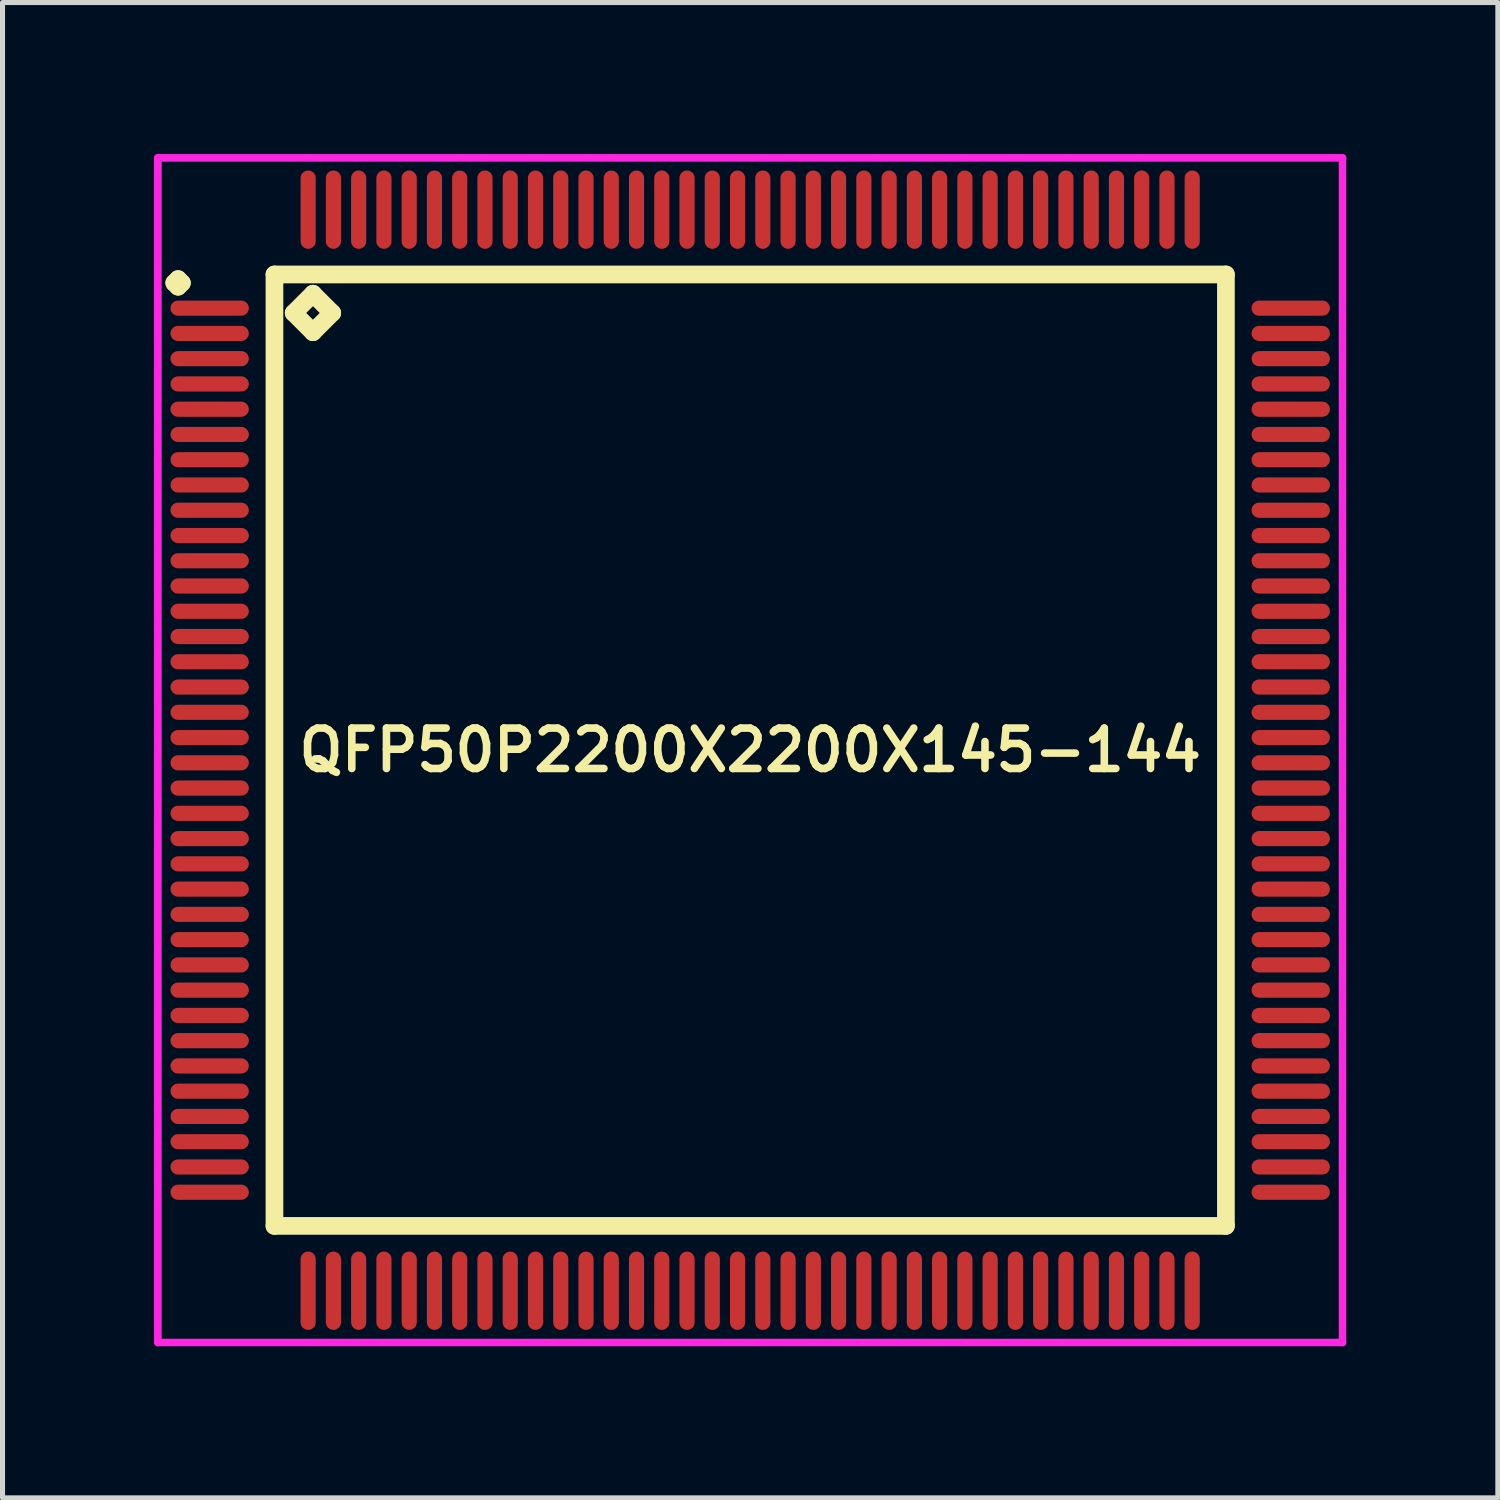
<source format=kicad_pcb>
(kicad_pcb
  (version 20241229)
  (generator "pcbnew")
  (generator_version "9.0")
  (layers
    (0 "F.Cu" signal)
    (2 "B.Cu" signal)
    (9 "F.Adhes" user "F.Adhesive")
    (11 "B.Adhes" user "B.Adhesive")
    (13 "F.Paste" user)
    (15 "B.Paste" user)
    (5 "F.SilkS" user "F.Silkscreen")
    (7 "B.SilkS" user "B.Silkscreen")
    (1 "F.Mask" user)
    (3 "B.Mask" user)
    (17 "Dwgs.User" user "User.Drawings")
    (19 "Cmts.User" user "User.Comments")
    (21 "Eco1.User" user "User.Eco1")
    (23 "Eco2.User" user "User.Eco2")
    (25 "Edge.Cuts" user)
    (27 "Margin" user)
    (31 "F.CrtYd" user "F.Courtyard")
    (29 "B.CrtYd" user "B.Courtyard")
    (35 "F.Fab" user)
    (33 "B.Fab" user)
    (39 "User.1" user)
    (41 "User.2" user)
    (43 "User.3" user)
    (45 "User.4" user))
  (footprint "QFP50P2200X2200X145-144"
    (layer "F.Cu")
    (at 11.8 11.8)
    (property "Reference" "QFP50P2200X2200X145-144" (at 0 0 0) (layer "F.SilkS") (effects (font (size 0.8 0.8) (thickness 0.15))))
    (attr smd)
    (fp_line (start -11.4 -9.25) (end -11.325 -9.325) (stroke (width 0.35) (type solid)) (layer "F.SilkS"))
    (fp_line (start -11.325 -9.325) (end -11.25 -9.25) (stroke (width 0.35) (type solid)) (layer "F.SilkS"))
    (fp_line (start -11.325 -9.175) (end -11.4 -9.25) (stroke (width 0.35) (type solid)) (layer "F.SilkS"))
    (fp_line (start -11.25 -9.25) (end -11.325 -9.175) (stroke (width 0.35) (type solid)) (layer "F.SilkS"))
    (fp_line (start -9.417 -9.417) (end -9.417 9.417) (stroke (width 0.35) (type solid)) (layer "F.SilkS"))
    (fp_line (start -9.417 9.417) (end 9.417 9.417) (stroke (width 0.35) (type solid)) (layer "F.SilkS"))
    (fp_line (start -9.036 -8.655) (end -8.655 -9.036) (stroke (width 0.35) (type solid)) (layer "F.SilkS"))
    (fp_line (start -8.655 -9.036) (end -8.274 -8.655) (stroke (width 0.35) (type solid)) (layer "F.SilkS"))
    (fp_line (start -8.655 -8.274) (end -9.036 -8.655) (stroke (width 0.35) (type solid)) (layer "F.SilkS"))
    (fp_line (start -8.274 -8.655) (end -8.655 -8.274) (stroke (width 0.35) (type solid)) (layer "F.SilkS"))
    (fp_line (start 9.417 -9.417) (end -9.417 -9.417) (stroke (width 0.35) (type solid)) (layer "F.SilkS"))
    (fp_line (start 9.417 9.417) (end 9.417 -9.417) (stroke (width 0.35) (type solid)) (layer "F.SilkS"))
    (fp_line (start -11.725 -11.725) (end 11.725 -11.725) (stroke (width 0.15) (type solid)) (layer "F.CrtYd"))
    (fp_line (start -11.725 11.725) (end -11.725 -11.725) (stroke (width 0.15) (type solid)) (layer "F.CrtYd"))
    (fp_line (start 11.725 -11.725) (end 11.725 11.725) (stroke (width 0.15) (type solid)) (layer "F.CrtYd"))
    (fp_line (start 11.725 11.725) (end -11.725 11.725) (stroke (width 0.15) (type solid)) (layer "F.CrtYd"))
    (pad "1" smd oval (at -10.7 -8.75) (size 1.55 0.3) (layers "F.Cu" "F.Mask" "F.Paste"))
    (pad "2" smd oval (at -10.7 -8.25) (size 1.55 0.3) (layers "F.Cu" "F.Mask" "F.Paste"))
    (pad "3" smd oval (at -10.7 -7.75) (size 1.55 0.3) (layers "F.Cu" "F.Mask" "F.Paste"))
    (pad "4" smd oval (at -10.7 -7.25) (size 1.55 0.3) (layers "F.Cu" "F.Mask" "F.Paste"))
    (pad "5" smd oval (at -10.7 -6.75) (size 1.55 0.3) (layers "F.Cu" "F.Mask" "F.Paste"))
    (pad "6" smd oval (at -10.7 -6.25) (size 1.55 0.3) (layers "F.Cu" "F.Mask" "F.Paste"))
    (pad "7" smd oval (at -10.7 -5.75) (size 1.55 0.3) (layers "F.Cu" "F.Mask" "F.Paste"))
    (pad "8" smd oval (at -10.7 -5.25) (size 1.55 0.3) (layers "F.Cu" "F.Mask" "F.Paste"))
    (pad "9" smd oval (at -10.7 -4.75) (size 1.55 0.3) (layers "F.Cu" "F.Mask" "F.Paste"))
    (pad "10" smd oval (at -10.7 -4.25) (size 1.55 0.3) (layers "F.Cu" "F.Mask" "F.Paste"))
    (pad "11" smd oval (at -10.7 -3.75) (size 1.55 0.3) (layers "F.Cu" "F.Mask" "F.Paste"))
    (pad "12" smd oval (at -10.7 -3.25) (size 1.55 0.3) (layers "F.Cu" "F.Mask" "F.Paste"))
    (pad "13" smd oval (at -10.7 -2.75) (size 1.55 0.3) (layers "F.Cu" "F.Mask" "F.Paste"))
    (pad "14" smd oval (at -10.7 -2.25) (size 1.55 0.3) (layers "F.Cu" "F.Mask" "F.Paste"))
    (pad "15" smd oval (at -10.7 -1.75) (size 1.55 0.3) (layers "F.Cu" "F.Mask" "F.Paste"))
    (pad "16" smd oval (at -10.7 -1.25) (size 1.55 0.3) (layers "F.Cu" "F.Mask" "F.Paste"))
    (pad "17" smd oval (at -10.7 -0.75) (size 1.55 0.3) (layers "F.Cu" "F.Mask" "F.Paste"))
    (pad "18" smd oval (at -10.7 -0.25) (size 1.55 0.3) (layers "F.Cu" "F.Mask" "F.Paste"))
    (pad "19" smd oval (at -10.7 0.25) (size 1.55 0.3) (layers "F.Cu" "F.Mask" "F.Paste"))
    (pad "20" smd oval (at -10.7 0.75) (size 1.55 0.3) (layers "F.Cu" "F.Mask" "F.Paste"))
    (pad "21" smd oval (at -10.7 1.25) (size 1.55 0.3) (layers "F.Cu" "F.Mask" "F.Paste"))
    (pad "22" smd oval (at -10.7 1.75) (size 1.55 0.3) (layers "F.Cu" "F.Mask" "F.Paste"))
    (pad "23" smd oval (at -10.7 2.25) (size 1.55 0.3) (layers "F.Cu" "F.Mask" "F.Paste"))
    (pad "24" smd oval (at -10.7 2.75) (size 1.55 0.3) (layers "F.Cu" "F.Mask" "F.Paste"))
    (pad "25" smd oval (at -10.7 3.25) (size 1.55 0.3) (layers "F.Cu" "F.Mask" "F.Paste"))
    (pad "26" smd oval (at -10.7 3.75) (size 1.55 0.3) (layers "F.Cu" "F.Mask" "F.Paste"))
    (pad "27" smd oval (at -10.7 4.25) (size 1.55 0.3) (layers "F.Cu" "F.Mask" "F.Paste"))
    (pad "28" smd oval (at -10.7 4.75) (size 1.55 0.3) (layers "F.Cu" "F.Mask" "F.Paste"))
    (pad "29" smd oval (at -10.7 5.25) (size 1.55 0.3) (layers "F.Cu" "F.Mask" "F.Paste"))
    (pad "30" smd oval (at -10.7 5.75) (size 1.55 0.3) (layers "F.Cu" "F.Mask" "F.Paste"))
    (pad "31" smd oval (at -10.7 6.25) (size 1.55 0.3) (layers "F.Cu" "F.Mask" "F.Paste"))
    (pad "32" smd oval (at -10.7 6.75) (size 1.55 0.3) (layers "F.Cu" "F.Mask" "F.Paste"))
    (pad "33" smd oval (at -10.7 7.25) (size 1.55 0.3) (layers "F.Cu" "F.Mask" "F.Paste"))
    (pad "34" smd oval (at -10.7 7.75) (size 1.55 0.3) (layers "F.Cu" "F.Mask" "F.Paste"))
    (pad "35" smd oval (at -10.7 8.25) (size 1.55 0.3) (layers "F.Cu" "F.Mask" "F.Paste"))
    (pad "36" smd oval (at -10.7 8.75) (size 1.55 0.3) (layers "F.Cu" "F.Mask" "F.Paste"))
    (pad "37" smd oval (at -8.75 10.7) (size 0.3 1.55) (layers "F.Cu" "F.Mask" "F.Paste"))
    (pad "38" smd oval (at -8.25 10.7) (size 0.3 1.55) (layers "F.Cu" "F.Mask" "F.Paste"))
    (pad "39" smd oval (at -7.75 10.7) (size 0.3 1.55) (layers "F.Cu" "F.Mask" "F.Paste"))
    (pad "40" smd oval (at -7.25 10.7) (size 0.3 1.55) (layers "F.Cu" "F.Mask" "F.Paste"))
    (pad "41" smd oval (at -6.75 10.7) (size 0.3 1.55) (layers "F.Cu" "F.Mask" "F.Paste"))
    (pad "42" smd oval (at -6.25 10.7) (size 0.3 1.55) (layers "F.Cu" "F.Mask" "F.Paste"))
    (pad "43" smd oval (at -5.75 10.7) (size 0.3 1.55) (layers "F.Cu" "F.Mask" "F.Paste"))
    (pad "44" smd oval (at -5.25 10.7) (size 0.3 1.55) (layers "F.Cu" "F.Mask" "F.Paste"))
    (pad "45" smd oval (at -4.75 10.7) (size 0.3 1.55) (layers "F.Cu" "F.Mask" "F.Paste"))
    (pad "46" smd oval (at -4.25 10.7) (size 0.3 1.55) (layers "F.Cu" "F.Mask" "F.Paste"))
    (pad "47" smd oval (at -3.75 10.7) (size 0.3 1.55) (layers "F.Cu" "F.Mask" "F.Paste"))
    (pad "48" smd oval (at -3.25 10.7) (size 0.3 1.55) (layers "F.Cu" "F.Mask" "F.Paste"))
    (pad "49" smd oval (at -2.75 10.7) (size 0.3 1.55) (layers "F.Cu" "F.Mask" "F.Paste"))
    (pad "50" smd oval (at -2.25 10.7) (size 0.3 1.55) (layers "F.Cu" "F.Mask" "F.Paste"))
    (pad "51" smd oval (at -1.75 10.7) (size 0.3 1.55) (layers "F.Cu" "F.Mask" "F.Paste"))
    (pad "52" smd oval (at -1.25 10.7) (size 0.3 1.55) (layers "F.Cu" "F.Mask" "F.Paste"))
    (pad "53" smd oval (at -0.75 10.7) (size 0.3 1.55) (layers "F.Cu" "F.Mask" "F.Paste"))
    (pad "54" smd oval (at -0.25 10.7) (size 0.3 1.55) (layers "F.Cu" "F.Mask" "F.Paste"))
    (pad "55" smd oval (at 0.25 10.7) (size 0.3 1.55) (layers "F.Cu" "F.Mask" "F.Paste"))
    (pad "56" smd oval (at 0.75 10.7) (size 0.3 1.55) (layers "F.Cu" "F.Mask" "F.Paste"))
    (pad "57" smd oval (at 1.25 10.7) (size 0.3 1.55) (layers "F.Cu" "F.Mask" "F.Paste"))
    (pad "58" smd oval (at 1.75 10.7) (size 0.3 1.55) (layers "F.Cu" "F.Mask" "F.Paste"))
    (pad "59" smd oval (at 2.25 10.7) (size 0.3 1.55) (layers "F.Cu" "F.Mask" "F.Paste"))
    (pad "60" smd oval (at 2.75 10.7) (size 0.3 1.55) (layers "F.Cu" "F.Mask" "F.Paste"))
    (pad "61" smd oval (at 3.25 10.7) (size 0.3 1.55) (layers "F.Cu" "F.Mask" "F.Paste"))
    (pad "62" smd oval (at 3.75 10.7) (size 0.3 1.55) (layers "F.Cu" "F.Mask" "F.Paste"))
    (pad "63" smd oval (at 4.25 10.7) (size 0.3 1.55) (layers "F.Cu" "F.Mask" "F.Paste"))
    (pad "64" smd oval (at 4.75 10.7) (size 0.3 1.55) (layers "F.Cu" "F.Mask" "F.Paste"))
    (pad "65" smd oval (at 5.25 10.7) (size 0.3 1.55) (layers "F.Cu" "F.Mask" "F.Paste"))
    (pad "66" smd oval (at 5.75 10.7) (size 0.3 1.55) (layers "F.Cu" "F.Mask" "F.Paste"))
    (pad "67" smd oval (at 6.25 10.7) (size 0.3 1.55) (layers "F.Cu" "F.Mask" "F.Paste"))
    (pad "68" smd oval (at 6.75 10.7) (size 0.3 1.55) (layers "F.Cu" "F.Mask" "F.Paste"))
    (pad "69" smd oval (at 7.25 10.7) (size 0.3 1.55) (layers "F.Cu" "F.Mask" "F.Paste"))
    (pad "70" smd oval (at 7.75 10.7) (size 0.3 1.55) (layers "F.Cu" "F.Mask" "F.Paste"))
    (pad "71" smd oval (at 8.25 10.7) (size 0.3 1.55) (layers "F.Cu" "F.Mask" "F.Paste"))
    (pad "72" smd oval (at 8.75 10.7) (size 0.3 1.55) (layers "F.Cu" "F.Mask" "F.Paste"))
    (pad "73" smd oval (at 10.7 8.75) (size 1.55 0.3) (layers "F.Cu" "F.Mask" "F.Paste"))
    (pad "74" smd oval (at 10.7 8.25) (size 1.55 0.3) (layers "F.Cu" "F.Mask" "F.Paste"))
    (pad "75" smd oval (at 10.7 7.75) (size 1.55 0.3) (layers "F.Cu" "F.Mask" "F.Paste"))
    (pad "76" smd oval (at 10.7 7.25) (size 1.55 0.3) (layers "F.Cu" "F.Mask" "F.Paste"))
    (pad "77" smd oval (at 10.7 6.75) (size 1.55 0.3) (layers "F.Cu" "F.Mask" "F.Paste"))
    (pad "78" smd oval (at 10.7 6.25) (size 1.55 0.3) (layers "F.Cu" "F.Mask" "F.Paste"))
    (pad "79" smd oval (at 10.7 5.75) (size 1.55 0.3) (layers "F.Cu" "F.Mask" "F.Paste"))
    (pad "80" smd oval (at 10.7 5.25) (size 1.55 0.3) (layers "F.Cu" "F.Mask" "F.Paste"))
    (pad "81" smd oval (at 10.7 4.75) (size 1.55 0.3) (layers "F.Cu" "F.Mask" "F.Paste"))
    (pad "82" smd oval (at 10.7 4.25) (size 1.55 0.3) (layers "F.Cu" "F.Mask" "F.Paste"))
    (pad "83" smd oval (at 10.7 3.75) (size 1.55 0.3) (layers "F.Cu" "F.Mask" "F.Paste"))
    (pad "84" smd oval (at 10.7 3.25) (size 1.55 0.3) (layers "F.Cu" "F.Mask" "F.Paste"))
    (pad "85" smd oval (at 10.7 2.75) (size 1.55 0.3) (layers "F.Cu" "F.Mask" "F.Paste"))
    (pad "86" smd oval (at 10.7 2.25) (size 1.55 0.3) (layers "F.Cu" "F.Mask" "F.Paste"))
    (pad "87" smd oval (at 10.7 1.75) (size 1.55 0.3) (layers "F.Cu" "F.Mask" "F.Paste"))
    (pad "88" smd oval (at 10.7 1.25) (size 1.55 0.3) (layers "F.Cu" "F.Mask" "F.Paste"))
    (pad "89" smd oval (at 10.7 0.75) (size 1.55 0.3) (layers "F.Cu" "F.Mask" "F.Paste"))
    (pad "90" smd oval (at 10.7 0.25) (size 1.55 0.3) (layers "F.Cu" "F.Mask" "F.Paste"))
    (pad "91" smd oval (at 10.7 -0.25) (size 1.55 0.3) (layers "F.Cu" "F.Mask" "F.Paste"))
    (pad "92" smd oval (at 10.7 -0.75) (size 1.55 0.3) (layers "F.Cu" "F.Mask" "F.Paste"))
    (pad "93" smd oval (at 10.7 -1.25) (size 1.55 0.3) (layers "F.Cu" "F.Mask" "F.Paste"))
    (pad "94" smd oval (at 10.7 -1.75) (size 1.55 0.3) (layers "F.Cu" "F.Mask" "F.Paste"))
    (pad "95" smd oval (at 10.7 -2.25) (size 1.55 0.3) (layers "F.Cu" "F.Mask" "F.Paste"))
    (pad "96" smd oval (at 10.7 -2.75) (size 1.55 0.3) (layers "F.Cu" "F.Mask" "F.Paste"))
    (pad "97" smd oval (at 10.7 -3.25) (size 1.55 0.3) (layers "F.Cu" "F.Mask" "F.Paste"))
    (pad "98" smd oval (at 10.7 -3.75) (size 1.55 0.3) (layers "F.Cu" "F.Mask" "F.Paste"))
    (pad "99" smd oval (at 10.7 -4.25) (size 1.55 0.3) (layers "F.Cu" "F.Mask" "F.Paste"))
    (pad "100" smd oval (at 10.7 -4.75) (size 1.55 0.3) (layers "F.Cu" "F.Mask" "F.Paste"))
    (pad "101" smd oval (at 10.7 -5.25) (size 1.55 0.3) (layers "F.Cu" "F.Mask" "F.Paste"))
    (pad "102" smd oval (at 10.7 -5.75) (size 1.55 0.3) (layers "F.Cu" "F.Mask" "F.Paste"))
    (pad "103" smd oval (at 10.7 -6.25) (size 1.55 0.3) (layers "F.Cu" "F.Mask" "F.Paste"))
    (pad "104" smd oval (at 10.7 -6.75) (size 1.55 0.3) (layers "F.Cu" "F.Mask" "F.Paste"))
    (pad "105" smd oval (at 10.7 -7.25) (size 1.55 0.3) (layers "F.Cu" "F.Mask" "F.Paste"))
    (pad "106" smd oval (at 10.7 -7.75) (size 1.55 0.3) (layers "F.Cu" "F.Mask" "F.Paste"))
    (pad "107" smd oval (at 10.7 -8.25) (size 1.55 0.3) (layers "F.Cu" "F.Mask" "F.Paste"))
    (pad "108" smd oval (at 10.7 -8.75) (size 1.55 0.3) (layers "F.Cu" "F.Mask" "F.Paste"))
    (pad "109" smd oval (at 8.75 -10.7) (size 0.3 1.55) (layers "F.Cu" "F.Mask" "F.Paste"))
    (pad "110" smd oval (at 8.25 -10.7) (size 0.3 1.55) (layers "F.Cu" "F.Mask" "F.Paste"))
    (pad "111" smd oval (at 7.75 -10.7) (size 0.3 1.55) (layers "F.Cu" "F.Mask" "F.Paste"))
    (pad "112" smd oval (at 7.25 -10.7) (size 0.3 1.55) (layers "F.Cu" "F.Mask" "F.Paste"))
    (pad "113" smd oval (at 6.75 -10.7) (size 0.3 1.55) (layers "F.Cu" "F.Mask" "F.Paste"))
    (pad "114" smd oval (at 6.25 -10.7) (size 0.3 1.55) (layers "F.Cu" "F.Mask" "F.Paste"))
    (pad "115" smd oval (at 5.75 -10.7) (size 0.3 1.55) (layers "F.Cu" "F.Mask" "F.Paste"))
    (pad "116" smd oval (at 5.25 -10.7) (size 0.3 1.55) (layers "F.Cu" "F.Mask" "F.Paste"))
    (pad "117" smd oval (at 4.75 -10.7) (size 0.3 1.55) (layers "F.Cu" "F.Mask" "F.Paste"))
    (pad "118" smd oval (at 4.25 -10.7) (size 0.3 1.55) (layers "F.Cu" "F.Mask" "F.Paste"))
    (pad "119" smd oval (at 3.75 -10.7) (size 0.3 1.55) (layers "F.Cu" "F.Mask" "F.Paste"))
    (pad "120" smd oval (at 3.25 -10.7) (size 0.3 1.55) (layers "F.Cu" "F.Mask" "F.Paste"))
    (pad "121" smd oval (at 2.75 -10.7) (size 0.3 1.55) (layers "F.Cu" "F.Mask" "F.Paste"))
    (pad "122" smd oval (at 2.25 -10.7) (size 0.3 1.55) (layers "F.Cu" "F.Mask" "F.Paste"))
    (pad "123" smd oval (at 1.75 -10.7) (size 0.3 1.55) (layers "F.Cu" "F.Mask" "F.Paste"))
    (pad "124" smd oval (at 1.25 -10.7) (size 0.3 1.55) (layers "F.Cu" "F.Mask" "F.Paste"))
    (pad "125" smd oval (at 0.75 -10.7) (size 0.3 1.55) (layers "F.Cu" "F.Mask" "F.Paste"))
    (pad "126" smd oval (at 0.25 -10.7) (size 0.3 1.55) (layers "F.Cu" "F.Mask" "F.Paste"))
    (pad "127" smd oval (at -0.25 -10.7) (size 0.3 1.55) (layers "F.Cu" "F.Mask" "F.Paste"))
    (pad "128" smd oval (at -0.75 -10.7) (size 0.3 1.55) (layers "F.Cu" "F.Mask" "F.Paste"))
    (pad "129" smd oval (at -1.25 -10.7) (size 0.3 1.55) (layers "F.Cu" "F.Mask" "F.Paste"))
    (pad "130" smd oval (at -1.75 -10.7) (size 0.3 1.55) (layers "F.Cu" "F.Mask" "F.Paste"))
    (pad "131" smd oval (at -2.25 -10.7) (size 0.3 1.55) (layers "F.Cu" "F.Mask" "F.Paste"))
    (pad "132" smd oval (at -2.75 -10.7) (size 0.3 1.55) (layers "F.Cu" "F.Mask" "F.Paste"))
    (pad "133" smd oval (at -3.25 -10.7) (size 0.3 1.55) (layers "F.Cu" "F.Mask" "F.Paste"))
    (pad "134" smd oval (at -3.75 -10.7) (size 0.3 1.55) (layers "F.Cu" "F.Mask" "F.Paste"))
    (pad "135" smd oval (at -4.25 -10.7) (size 0.3 1.55) (layers "F.Cu" "F.Mask" "F.Paste"))
    (pad "136" smd oval (at -4.75 -10.7) (size 0.3 1.55) (layers "F.Cu" "F.Mask" "F.Paste"))
    (pad "137" smd oval (at -5.25 -10.7) (size 0.3 1.55) (layers "F.Cu" "F.Mask" "F.Paste"))
    (pad "138" smd oval (at -5.75 -10.7) (size 0.3 1.55) (layers "F.Cu" "F.Mask" "F.Paste"))
    (pad "139" smd oval (at -6.25 -10.7) (size 0.3 1.55) (layers "F.Cu" "F.Mask" "F.Paste"))
    (pad "140" smd oval (at -6.75 -10.7) (size 0.3 1.55) (layers "F.Cu" "F.Mask" "F.Paste"))
    (pad "141" smd oval (at -7.25 -10.7) (size 0.3 1.55) (layers "F.Cu" "F.Mask" "F.Paste"))
    (pad "142" smd oval (at -7.75 -10.7) (size 0.3 1.55) (layers "F.Cu" "F.Mask" "F.Paste"))
    (pad "143" smd oval (at -8.25 -10.7) (size 0.3 1.55) (layers "F.Cu" "F.Mask" "F.Paste"))
    (pad "144" smd oval (at -8.75 -10.7) (size 0.3 1.55) (layers "F.Cu" "F.Mask" "F.Paste")))
  (gr_rect
    (start -3 -3)
    (end 26.6 26.6)
    (stroke (width 0.1) (type default))
    (fill no)
    (layer "Edge.Cuts")))
</source>
